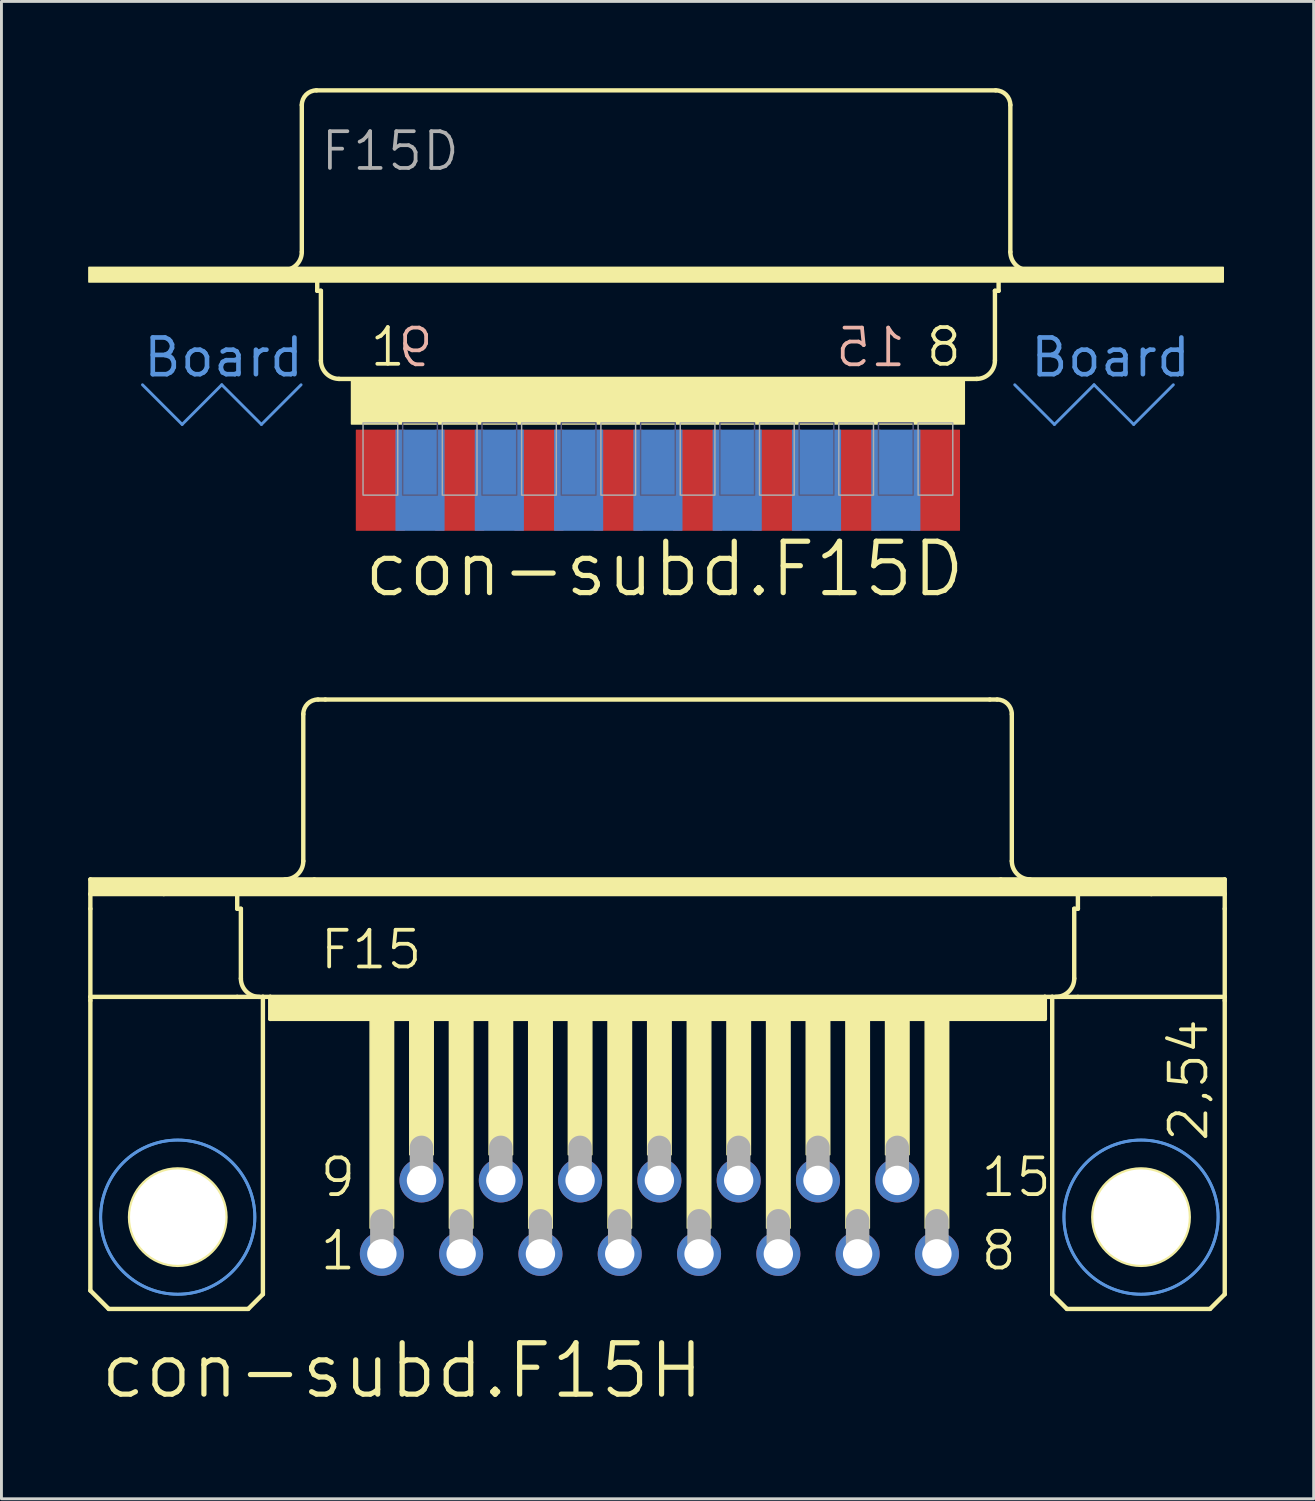
<source format=kicad_pcb>
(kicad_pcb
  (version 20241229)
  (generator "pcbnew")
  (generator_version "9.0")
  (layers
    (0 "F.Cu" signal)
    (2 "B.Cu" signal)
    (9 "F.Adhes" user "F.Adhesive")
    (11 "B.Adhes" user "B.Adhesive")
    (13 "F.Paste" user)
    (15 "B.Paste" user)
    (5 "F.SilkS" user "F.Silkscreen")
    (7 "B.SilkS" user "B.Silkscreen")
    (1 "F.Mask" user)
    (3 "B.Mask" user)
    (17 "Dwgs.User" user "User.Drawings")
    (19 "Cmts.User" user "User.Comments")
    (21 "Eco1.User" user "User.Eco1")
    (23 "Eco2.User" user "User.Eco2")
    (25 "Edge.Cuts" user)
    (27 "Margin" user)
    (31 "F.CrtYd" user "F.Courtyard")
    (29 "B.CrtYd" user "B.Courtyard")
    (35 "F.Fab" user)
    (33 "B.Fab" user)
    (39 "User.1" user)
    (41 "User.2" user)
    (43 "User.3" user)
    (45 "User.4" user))
  (footprint "con-subd.F15D"
    (layer "F.Cu")
    (at 19.71 7.518)
    (property "Reference" "con-subd.F15D" (at -10.262 10.16 0) (layer "F.SilkS") (effects (font (size 1.778 1.778) (thickness 0.18)) (justify left bottom)))
    (attr smd)
    (fp_line (start -12.319 -1.854) (end -12.319 -6.934) (stroke (width 0.152) (type default)) (layer "F.SilkS"))
    (fp_line (start -11.811 -7.442) (end 11.684 -7.442) (stroke (width 0.152) (type default)) (layer "F.SilkS"))
    (fp_line (start -11.786 -0.508) (end -11.786 -1.016) (stroke (width 0.152) (type default)) (layer "F.SilkS"))
    (fp_line (start -11.786 -0.508) (end -11.659 -0.508) (stroke (width 0.152) (type default)) (layer "F.SilkS"))
    (fp_line (start -11.659 1.905) (end -11.659 -0.508) (stroke (width 0.152) (type default)) (layer "F.SilkS"))
    (fp_line (start -11.043 2.54) (end 11.043 2.54) (stroke (width 0.152) (type default)) (layer "F.SilkS"))
    (fp_line (start 11.659 -0.508) (end 11.786 -0.508) (stroke (width 0.152) (type default)) (layer "F.SilkS"))
    (fp_line (start 11.659 1.905) (end 11.659 -0.508) (stroke (width 0.152) (type default)) (layer "F.SilkS"))
    (fp_line (start 11.786 -0.508) (end 11.786 -1.016) (stroke (width 0.152) (type default)) (layer "F.SilkS"))
    (fp_line (start 12.192 -1.854) (end 12.192 -6.934) (stroke (width 0.152) (type default)) (layer "F.SilkS"))
    (fp_rect (start -19.685 -0.811) (end 19.558 -1.319) (stroke (width 0.05) (type default)) (fill yes) (layer "F.SilkS"))
    (fp_rect (start -10.6 4.1) (end 10.6 2.5) (stroke (width 0.05) (type default)) (fill yes) (layer "F.SilkS"))
    (fp_arc (start -12.319 -6.9342) (mid -12.17021 -7.29341) (end -11.811 -7.4422) (stroke (width 0.1524) (type default)) (layer "F.SilkS"))
    (fp_arc (start -12.319 -1.8542) (mid -12.504987 -1.405187) (end -12.954 -1.2192) (stroke (width 0.1524) (type default)) (layer "F.SilkS"))
    (fp_arc (start -11.0236 2.54) (mid -11.472613 2.354013) (end -11.6586 1.905) (stroke (width 0.1524) (type default)) (layer "F.SilkS"))
    (fp_arc (start 11.6586 1.905) (mid 11.472613 2.354013) (end 11.0236 2.54) (stroke (width 0.1524) (type default)) (layer "F.SilkS"))
    (fp_arc (start 11.684 -7.4422) (mid 12.04321 -7.29341) (end 12.192 -6.9342) (stroke (width 0.1524) (type default)) (layer "F.SilkS"))
    (fp_arc (start 12.827 -1.2192) (mid 12.377987 -1.405187) (end 12.192 -1.8542) (stroke (width 0.1524) (type default)) (layer "F.SilkS"))
    (fp_line (start -17.831 2.743) (end -16.459 4.115) (stroke (width 0.1) (type default)) (layer "Cmts.User"))
    (fp_line (start -16.459 4.115) (end -15.088 2.743) (stroke (width 0.1) (type default)) (layer "Cmts.User"))
    (fp_line (start -15.088 2.743) (end -13.716 4.115) (stroke (width 0.1) (type default)) (layer "Cmts.User"))
    (fp_line (start -13.716 4.115) (end -12.344 2.743) (stroke (width 0.1) (type default)) (layer "Cmts.User"))
    (fp_line (start 12.344 2.743) (end 13.716 4.115) (stroke (width 0.1) (type default)) (layer "Cmts.User"))
    (fp_line (start 13.716 4.115) (end 15.088 2.743) (stroke (width 0.1) (type default)) (layer "Cmts.User"))
    (fp_line (start 15.088 2.743) (end 16.459 4.115) (stroke (width 0.1) (type default)) (layer "Cmts.User"))
    (fp_line (start 16.459 4.115) (end 17.831 2.743) (stroke (width 0.1) (type default)) (layer "Cmts.User"))
    (fp_rect (start -8.83 6.56) (end -7.63 4.06) (stroke (width 0.05) (type default)) (fill no) (layer "B.Fab"))
    (fp_rect (start -6.086 6.56) (end -4.886 4.06) (stroke (width 0.05) (type default)) (fill no) (layer "B.Fab"))
    (fp_rect (start -3.343 6.56) (end -2.143 4.06) (stroke (width 0.05) (type default)) (fill no) (layer "B.Fab"))
    (fp_rect (start -0.6 6.56) (end 0.6 4.06) (stroke (width 0.05) (type default)) (fill no) (layer "B.Fab"))
    (fp_rect (start 2.143 6.56) (end 3.343 4.06) (stroke (width 0.05) (type default)) (fill no) (layer "B.Fab"))
    (fp_rect (start 4.886 6.56) (end 6.086 4.06) (stroke (width 0.05) (type default)) (fill no) (layer "B.Fab"))
    (fp_rect (start 7.63 6.56) (end 8.83 4.06) (stroke (width 0.05) (type default)) (fill no) (layer "B.Fab"))
    (fp_rect (start -10.201 6.56) (end -9.001 4.06) (stroke (width 0.05) (type default)) (fill no) (layer "F.Fab"))
    (fp_rect (start -7.458 6.56) (end -6.258 4.06) (stroke (width 0.05) (type default)) (fill no) (layer "F.Fab"))
    (fp_rect (start -4.715 6.56) (end -3.515 4.06) (stroke (width 0.05) (type default)) (fill no) (layer "F.Fab"))
    (fp_rect (start -1.972 6.56) (end -0.772 4.06) (stroke (width 0.05) (type default)) (fill no) (layer "F.Fab"))
    (fp_rect (start 0.772 6.56) (end 1.972 4.06) (stroke (width 0.05) (type default)) (fill no) (layer "F.Fab"))
    (fp_rect (start 3.515 6.56) (end 4.715 4.06) (stroke (width 0.05) (type default)) (fill no) (layer "F.Fab"))
    (fp_rect (start 6.258 6.56) (end 7.458 4.06) (stroke (width 0.05) (type default)) (fill no) (layer "F.Fab"))
    (fp_rect (start 9.001 6.56) (end 10.201 4.06) (stroke (width 0.05) (type default)) (fill no) (layer "F.Fab"))
    (fp_text user "1" (at -10.035 2.179 0) (layer "F.SilkS") (effects (font (size 1.27 1.27) (thickness 0.13)) (justify left bottom)))
    (fp_text user "8" (at 9.2 2.179 0) (layer "F.SilkS") (effects (font (size 1.27 1.27) (thickness 0.13)) (justify left bottom)))
    (fp_text user "15" (at 8.657 2.197 0) (layer "B.SilkS") (effects (font (size 1.27 1.27) (thickness 0.13)) (justify left bottom mirror)))
    (fp_text user "9" (at -7.692 2.197 0) (layer "B.SilkS") (effects (font (size 1.27 1.27) (thickness 0.13)) (justify left bottom mirror)))
    (fp_text user "Board" (at 12.802 2.54 0) (layer "Cmts.User") (effects (font (size 1.27 1.27) (thickness 0.16)) (justify left bottom)))
    (fp_text user "Board " (at -17.882 2.54 0) (layer "Cmts.User") (effects (font (size 1.27 1.27) (thickness 0.16)) (justify left bottom)))
    (fp_text user "F15D" (at -11.735 -4.597 0) (layer "F.Fab") (effects (font (size 1.27 1.27) (thickness 0.13)) (justify left bottom)))
    (pad "1" smd roundrect (at -9.601 6.045) (size 1.7 3.5) (layers "F.Cu" "F.Mask" "F.Paste") (roundrect_rratio 0.01))
    (pad "2" smd roundrect (at -6.858 6.045) (size 1.7 3.5) (layers "F.Cu" "F.Mask" "F.Paste") (roundrect_rratio 0.01))
    (pad "3" smd roundrect (at -4.115 6.045) (size 1.7 3.5) (layers "F.Cu" "F.Mask" "F.Paste") (roundrect_rratio 0.01))
    (pad "4" smd roundrect (at -1.372 6.045) (size 1.7 3.5) (layers "F.Cu" "F.Mask" "F.Paste") (roundrect_rratio 0.01))
    (pad "5" smd roundrect (at 1.372 6.045) (size 1.7 3.5) (layers "F.Cu" "F.Mask" "F.Paste") (roundrect_rratio 0.01))
    (pad "6" smd roundrect (at 4.115 6.045) (size 1.7 3.5) (layers "F.Cu" "F.Mask" "F.Paste") (roundrect_rratio 0.01))
    (pad "7" smd roundrect (at 6.858 6.045) (size 1.7 3.5) (layers "F.Cu" "F.Mask" "F.Paste") (roundrect_rratio 0.01))
    (pad "8" smd roundrect (at 9.601 6.045) (size 1.7 3.5) (layers "F.Cu" "F.Mask" "F.Paste") (roundrect_rratio 0.01))
    (pad "9" smd roundrect (at -8.23 6.045) (size 1.7 3.5) (layers "B.Cu" "B.Mask" "B.Paste") (roundrect_rratio 0.01))
    (pad "10" smd roundrect (at -5.486 6.045) (size 1.7 3.5) (layers "B.Cu" "B.Mask" "B.Paste") (roundrect_rratio 0.01))
    (pad "11" smd roundrect (at -2.743 6.045) (size 1.7 3.5) (layers "B.Cu" "B.Mask" "B.Paste") (roundrect_rratio 0.01))
    (pad "12" smd roundrect (at 0 6.045) (size 1.7 3.5) (layers "B.Cu" "B.Mask" "B.Paste") (roundrect_rratio 0.01))
    (pad "13" smd roundrect (at 2.743 6.045) (size 1.7 3.5) (layers "B.Cu" "B.Mask" "B.Paste") (roundrect_rratio 0.01))
    (pad "14" smd roundrect (at 5.486 6.045) (size 1.7 3.5) (layers "B.Cu" "B.Mask" "B.Paste") (roundrect_rratio 0.01))
    (pad "15" smd roundrect (at 8.23 6.045) (size 1.7 3.5) (layers "B.Cu" "B.Mask" "B.Paste") (roundrect_rratio 0.01)))
  (footprint "con-subd.F15H"
    (layer "F.Cu")
    (at 19.761 39.056)
    (property "Reference" "con-subd.F15H" (at -19.431 6.35 0) (layer "F.SilkS") (effects (font (size 1.778 1.778) (thickness 0.18)) (justify left bottom)))
    (attr through_hole)
    (fp_line (start -19.685 -11.684) (end -11.938 -11.684) (stroke (width 0.152) (type default)) (layer "F.SilkS"))
    (fp_line (start -19.685 -11.176) (end -19.685 -11.684) (stroke (width 0.152) (type default)) (layer "F.SilkS"))
    (fp_line (start -19.685 -11.176) (end -17.145 -11.176) (stroke (width 0.152) (type default)) (layer "F.SilkS"))
    (fp_line (start -19.685 -10.668) (end -19.685 -11.176) (stroke (width 0.152) (type default)) (layer "F.SilkS"))
    (fp_line (start -19.685 -7.62) (end -19.685 -10.668) (stroke (width 0.152) (type default)) (layer "F.SilkS"))
    (fp_line (start -19.685 -7.62) (end -19.685 -7.493) (stroke (width 0.152) (type default)) (layer "F.SilkS"))
    (fp_line (start -19.685 -7.62) (end -14.605 -7.62) (stroke (width 0.152) (type default)) (layer "F.SilkS"))
    (fp_line (start -19.685 2.54) (end -19.685 -7.493) (stroke (width 0.152) (type default)) (layer "F.SilkS"))
    (fp_line (start -19.05 3.175) (end -19.685 2.54) (stroke (width 0.152) (type default)) (layer "F.SilkS"))
    (fp_line (start -17.145 -11.176) (end -14.605 -11.176) (stroke (width 0.152) (type default)) (layer "F.SilkS"))
    (fp_line (start -14.605 -11.176) (end 14.478 -11.176) (stroke (width 0.152) (type default)) (layer "F.SilkS"))
    (fp_line (start -14.605 -10.668) (end -14.605 -11.176) (stroke (width 0.152) (type default)) (layer "F.SilkS"))
    (fp_line (start -14.605 -10.668) (end -14.478 -10.668) (stroke (width 0.152) (type default)) (layer "F.SilkS"))
    (fp_line (start -14.605 -7.62) (end -13.716 -7.62) (stroke (width 0.152) (type default)) (layer "F.SilkS"))
    (fp_line (start -14.478 -8.255) (end -14.478 -10.668) (stroke (width 0.152) (type default)) (layer "F.SilkS"))
    (fp_line (start -14.224 3.175) (end -19.05 3.175) (stroke (width 0.152) (type default)) (layer "F.SilkS"))
    (fp_line (start -14.224 3.175) (end -13.716 2.667) (stroke (width 0.152) (type default)) (layer "F.SilkS"))
    (fp_line (start -13.716 -7.62) (end -13.462 -7.62) (stroke (width 0.152) (type default)) (layer "F.SilkS"))
    (fp_line (start -13.716 2.667) (end -13.716 -7.62) (stroke (width 0.152) (type default)) (layer "F.SilkS"))
    (fp_line (start -13.462 -7.62) (end -13.462 -6.858) (stroke (width 0.152) (type default)) (layer "F.SilkS"))
    (fp_line (start -13.462 -7.62) (end 13.335 -7.62) (stroke (width 0.152) (type default)) (layer "F.SilkS"))
    (fp_line (start -13.462 -6.858) (end 13.335 -6.858) (stroke (width 0.152) (type default)) (layer "F.SilkS"))
    (fp_line (start -12.319 -12.319) (end -12.319 -17.399) (stroke (width 0.152) (type default)) (layer "F.SilkS"))
    (fp_line (start -11.938 -11.684) (end 11.811 -11.684) (stroke (width 0.152) (type default)) (layer "F.SilkS"))
    (fp_line (start -11.811 -17.907) (end -11.557 -17.907) (stroke (width 0.152) (type default)) (layer "F.SilkS"))
    (fp_line (start -11.557 -17.907) (end 11.43 -17.907) (stroke (width 0.152) (type default)) (layer "F.SilkS"))
    (fp_line (start 11.43 -17.907) (end 11.684 -17.907) (stroke (width 0.152) (type default)) (layer "F.SilkS"))
    (fp_line (start 11.811 -11.684) (end 19.558 -11.684) (stroke (width 0.152) (type default)) (layer "F.SilkS"))
    (fp_line (start 12.192 -12.319) (end 12.192 -17.399) (stroke (width 0.152) (type default)) (layer "F.SilkS"))
    (fp_line (start 13.335 -7.62) (end 13.335 -6.858) (stroke (width 0.152) (type default)) (layer "F.SilkS"))
    (fp_line (start 13.335 -7.62) (end 13.589 -7.62) (stroke (width 0.152) (type default)) (layer "F.SilkS"))
    (fp_line (start 13.589 -7.62) (end 14.478 -7.62) (stroke (width 0.152) (type default)) (layer "F.SilkS"))
    (fp_line (start 13.589 2.667) (end 13.589 -7.62) (stroke (width 0.152) (type default)) (layer "F.SilkS"))
    (fp_line (start 13.589 2.667) (end 14.097 3.175) (stroke (width 0.152) (type default)) (layer "F.SilkS"))
    (fp_line (start 14.097 3.175) (end 19.05 3.175) (stroke (width 0.152) (type default)) (layer "F.SilkS"))
    (fp_line (start 14.351 -10.668) (end 14.478 -10.668) (stroke (width 0.152) (type default)) (layer "F.SilkS"))
    (fp_line (start 14.351 -8.255) (end 14.351 -10.668) (stroke (width 0.152) (type default)) (layer "F.SilkS"))
    (fp_line (start 14.478 -11.176) (end 17.018 -11.176) (stroke (width 0.152) (type default)) (layer "F.SilkS"))
    (fp_line (start 14.478 -10.668) (end 14.478 -11.176) (stroke (width 0.152) (type default)) (layer "F.SilkS"))
    (fp_line (start 14.478 -7.62) (end 19.558 -7.62) (stroke (width 0.152) (type default)) (layer "F.SilkS"))
    (fp_line (start 17.018 -11.176) (end 19.558 -11.176) (stroke (width 0.152) (type default)) (layer "F.SilkS"))
    (fp_line (start 19.05 3.175) (end 19.558 2.667) (stroke (width 0.152) (type default)) (layer "F.SilkS"))
    (fp_line (start 19.558 -11.684) (end 19.558 -11.176) (stroke (width 0.152) (type default)) (layer "F.SilkS"))
    (fp_line (start 19.558 -11.176) (end 19.558 -10.668) (stroke (width 0.152) (type default)) (layer "F.SilkS"))
    (fp_line (start 19.558 -10.668) (end 19.558 -7.62) (stroke (width 0.152) (type default)) (layer "F.SilkS"))
    (fp_line (start 19.558 -7.62) (end 19.558 -7.493) (stroke (width 0.152) (type default)) (layer "F.SilkS"))
    (fp_line (start 19.558 2.667) (end 19.558 -7.493) (stroke (width 0.152) (type default)) (layer "F.SilkS"))
    (fp_rect (start -19.685 -11.176) (end 19.558 -11.684) (stroke (width 0.05) (type default)) (fill yes) (layer "F.SilkS"))
    (fp_rect (start -13.462 -6.858) (end 13.335 -7.62) (stroke (width 0.05) (type default)) (fill yes) (layer "F.SilkS"))
    (fp_rect (start -10.008 0.381) (end -9.195 -6.858) (stroke (width 0.05) (type default)) (fill yes) (layer "F.SilkS"))
    (fp_rect (start -8.636 -2.159) (end -7.823 -6.858) (stroke (width 0.05) (type default)) (fill yes) (layer "F.SilkS"))
    (fp_rect (start -7.264 0.381) (end -6.452 -6.858) (stroke (width 0.05) (type default)) (fill yes) (layer "F.SilkS"))
    (fp_rect (start -5.893 -2.159) (end -5.08 -6.858) (stroke (width 0.05) (type default)) (fill yes) (layer "F.SilkS"))
    (fp_rect (start -4.521 0.381) (end -3.708 -6.858) (stroke (width 0.05) (type default)) (fill yes) (layer "F.SilkS"))
    (fp_rect (start -3.15 -2.159) (end -2.337 -6.858) (stroke (width 0.05) (type default)) (fill yes) (layer "F.SilkS"))
    (fp_rect (start -1.778 0.381) (end -0.965 -6.858) (stroke (width 0.05) (type default)) (fill yes) (layer "F.SilkS"))
    (fp_rect (start -0.406 -2.159) (end 0.406 -6.858) (stroke (width 0.05) (type default)) (fill yes) (layer "F.SilkS"))
    (fp_rect (start 0.965 0.381) (end 1.778 -6.858) (stroke (width 0.05) (type default)) (fill yes) (layer "F.SilkS"))
    (fp_rect (start 2.337 -2.159) (end 3.15 -6.858) (stroke (width 0.05) (type default)) (fill yes) (layer "F.SilkS"))
    (fp_rect (start 3.708 0.381) (end 4.521 -6.858) (stroke (width 0.05) (type default)) (fill yes) (layer "F.SilkS"))
    (fp_rect (start 5.08 -2.159) (end 5.893 -6.858) (stroke (width 0.05) (type default)) (fill yes) (layer "F.SilkS"))
    (fp_rect (start 6.452 0.381) (end 7.264 -6.858) (stroke (width 0.05) (type default)) (fill yes) (layer "F.SilkS"))
    (fp_rect (start 7.823 -2.159) (end 8.636 -6.858) (stroke (width 0.05) (type default)) (fill yes) (layer "F.SilkS"))
    (fp_rect (start 9.195 0.381) (end 10.008 -6.858) (stroke (width 0.05) (type default)) (fill yes) (layer "F.SilkS"))
    (fp_arc (start -13.843 -7.62) (mid -14.292013 -7.805987) (end -14.478 -8.255) (stroke (width 0.1524) (type default)) (layer "F.SilkS"))
    (fp_arc (start -12.319 -17.399) (mid -12.17021 -17.75821) (end -11.811 -17.907) (stroke (width 0.1524) (type default)) (layer "F.SilkS"))
    (fp_arc (start -12.319 -12.319) (mid -12.504987 -11.869987) (end -12.954 -11.684) (stroke (width 0.1524) (type default)) (layer "F.SilkS"))
    (fp_arc (start 11.684 -17.907) (mid 12.04321 -17.75821) (end 12.192 -17.399) (stroke (width 0.1524) (type default)) (layer "F.SilkS"))
    (fp_arc (start 12.827 -11.684) (mid 12.377987 -11.869987) (end 12.192 -12.319) (stroke (width 0.1524) (type default)) (layer "F.SilkS"))
    (fp_arc (start 14.351 -8.255) (mid 14.165013 -7.805987) (end 13.716 -7.62) (stroke (width 0.1524) (type default)) (layer "F.SilkS"))
    (fp_circle (center -16.662 0) (end -15.011 0) (stroke (width 0.152) (type default)) (fill no) (layer "F.SilkS"))
    (fp_circle (center 16.662 0) (end 18.313 0) (stroke (width 0.152) (type default)) (fill no) (layer "F.SilkS"))
    (fp_circle (center -16.662 0) (end -13.995 0) (stroke (width 0.1) (type default)) (fill no) (layer "Cmts.User"))
    (fp_circle (center -16.662 0) (end -13.995 0) (stroke (width 0.1) (type default)) (fill no) (layer "Cmts.User"))
    (fp_circle (center 16.662 0) (end 19.329 0) (stroke (width 0.1) (type default)) (fill no) (layer "Cmts.User"))
    (fp_circle (center 16.662 0) (end 19.329 0) (stroke (width 0.1) (type default)) (fill no) (layer "Cmts.User"))
    (fp_line (start -9.601 1.143) (end -9.601 0.127) (stroke (width 0.813) (type default)) (layer "F.Fab"))
    (fp_line (start -8.23 -1.397) (end -8.23 -2.413) (stroke (width 0.813) (type default)) (layer "F.Fab"))
    (fp_line (start -6.858 1.143) (end -6.858 0.127) (stroke (width 0.813) (type default)) (layer "F.Fab"))
    (fp_line (start -5.486 -1.397) (end -5.486 -2.413) (stroke (width 0.813) (type default)) (layer "F.Fab"))
    (fp_line (start -4.115 1.143) (end -4.115 0.127) (stroke (width 0.813) (type default)) (layer "F.Fab"))
    (fp_line (start -2.743 -1.397) (end -2.743 -2.413) (stroke (width 0.813) (type default)) (layer "F.Fab"))
    (fp_line (start -1.372 1.143) (end -1.372 0.127) (stroke (width 0.813) (type default)) (layer "F.Fab"))
    (fp_line (start 0 -1.397) (end 0 -2.413) (stroke (width 0.813) (type default)) (layer "F.Fab"))
    (fp_line (start 1.372 1.143) (end 1.372 0.127) (stroke (width 0.813) (type default)) (layer "F.Fab"))
    (fp_line (start 2.743 -1.397) (end 2.743 -2.413) (stroke (width 0.813) (type default)) (layer "F.Fab"))
    (fp_line (start 4.115 1.143) (end 4.115 0.127) (stroke (width 0.813) (type default)) (layer "F.Fab"))
    (fp_line (start 5.486 -1.397) (end 5.486 -2.413) (stroke (width 0.813) (type default)) (layer "F.Fab"))
    (fp_line (start 6.858 1.143) (end 6.858 0.127) (stroke (width 0.813) (type default)) (layer "F.Fab"))
    (fp_line (start 8.23 -1.397) (end 8.23 -2.413) (stroke (width 0.813) (type default)) (layer "F.Fab"))
    (fp_line (start 9.601 1.143) (end 9.601 0.127) (stroke (width 0.813) (type default)) (layer "F.Fab"))
    (fp_text user "F15" (at -11.811 -8.509 0) (layer "F.SilkS") (effects (font (size 1.27 1.27) (thickness 0.13)) (justify left bottom)))
    (fp_text user "1" (at -11.811 1.905 0) (layer "F.SilkS") (effects (font (size 1.27 1.27) (thickness 0.13)) (justify left bottom)))
    (fp_text user "9" (at -11.811 -0.635 0) (layer "F.SilkS") (effects (font (size 1.27 1.27) (thickness 0.13)) (justify left bottom)))
    (fp_text user "15" (at 11.049 -0.635 0) (layer "F.SilkS") (effects (font (size 1.27 1.27) (thickness 0.13)) (justify left bottom)))
    (fp_text user "8" (at 11.049 1.905 0) (layer "F.SilkS") (effects (font (size 1.27 1.27) (thickness 0.13)) (justify left bottom)))
    (fp_text user "2,54" (at 19.05 -2.54 90) (layer "F.SilkS") (effects (font (size 1.27 1.27) (thickness 0.13)) (justify left bottom)))
    (pad "" np_thru_hole circle (at -16.662 0) (size 3.302 3.302) (drill 3.302) (layers "*.Cu" "*.Mask"))
    (pad "" np_thru_hole circle (at 16.662 0) (size 3.302 3.302) (drill 3.302) (layers "*.Cu" "*.Mask"))
    (pad "1" thru_hole circle (at -9.601 1.27) (size 1.524 1.524) (drill 1.016) (layers "*.Cu" "*.Mask"))
    (pad "2" thru_hole circle (at -6.858 1.27) (size 1.524 1.524) (drill 1.016) (layers "*.Cu" "*.Mask"))
    (pad "3" thru_hole circle (at -4.115 1.27) (size 1.524 1.524) (drill 1.016) (layers "*.Cu" "*.Mask"))
    (pad "4" thru_hole circle (at -1.372 1.27) (size 1.524 1.524) (drill 1.016) (layers "*.Cu" "*.Mask"))
    (pad "5" thru_hole circle (at 1.372 1.27) (size 1.524 1.524) (drill 1.016) (layers "*.Cu" "*.Mask"))
    (pad "6" thru_hole circle (at 4.115 1.27) (size 1.524 1.524) (drill 1.016) (layers "*.Cu" "*.Mask"))
    (pad "7" thru_hole circle (at 6.858 1.27) (size 1.524 1.524) (drill 1.016) (layers "*.Cu" "*.Mask"))
    (pad "8" thru_hole circle (at 9.601 1.27) (size 1.524 1.524) (drill 1.016) (layers "*.Cu" "*.Mask"))
    (pad "9" thru_hole circle (at -8.23 -1.27) (size 1.524 1.524) (drill 1.016) (layers "*.Cu" "*.Mask"))
    (pad "10" thru_hole circle (at -5.486 -1.27) (size 1.524 1.524) (drill 1.016) (layers "*.Cu" "*.Mask"))
    (pad "11" thru_hole circle (at -2.743 -1.27) (size 1.524 1.524) (drill 1.016) (layers "*.Cu" "*.Mask"))
    (pad "12" thru_hole circle (at 0 -1.27) (size 1.524 1.524) (drill 1.016) (layers "*.Cu" "*.Mask"))
    (pad "13" thru_hole circle (at 2.743 -1.27) (size 1.524 1.524) (drill 1.016) (layers "*.Cu" "*.Mask"))
    (pad "14" thru_hole circle (at 5.486 -1.27) (size 1.524 1.524) (drill 1.016) (layers "*.Cu" "*.Mask"))
    (pad "15" thru_hole circle (at 8.23 -1.27) (size 1.524 1.524) (drill 1.016) (layers "*.Cu" "*.Mask")))
  (gr_rect
    (start -3 -3)
    (end 42.395 48.8)
    (stroke (width 0.1) (type default))
    (fill no)
    (layer "Edge.Cuts")))
</source>
